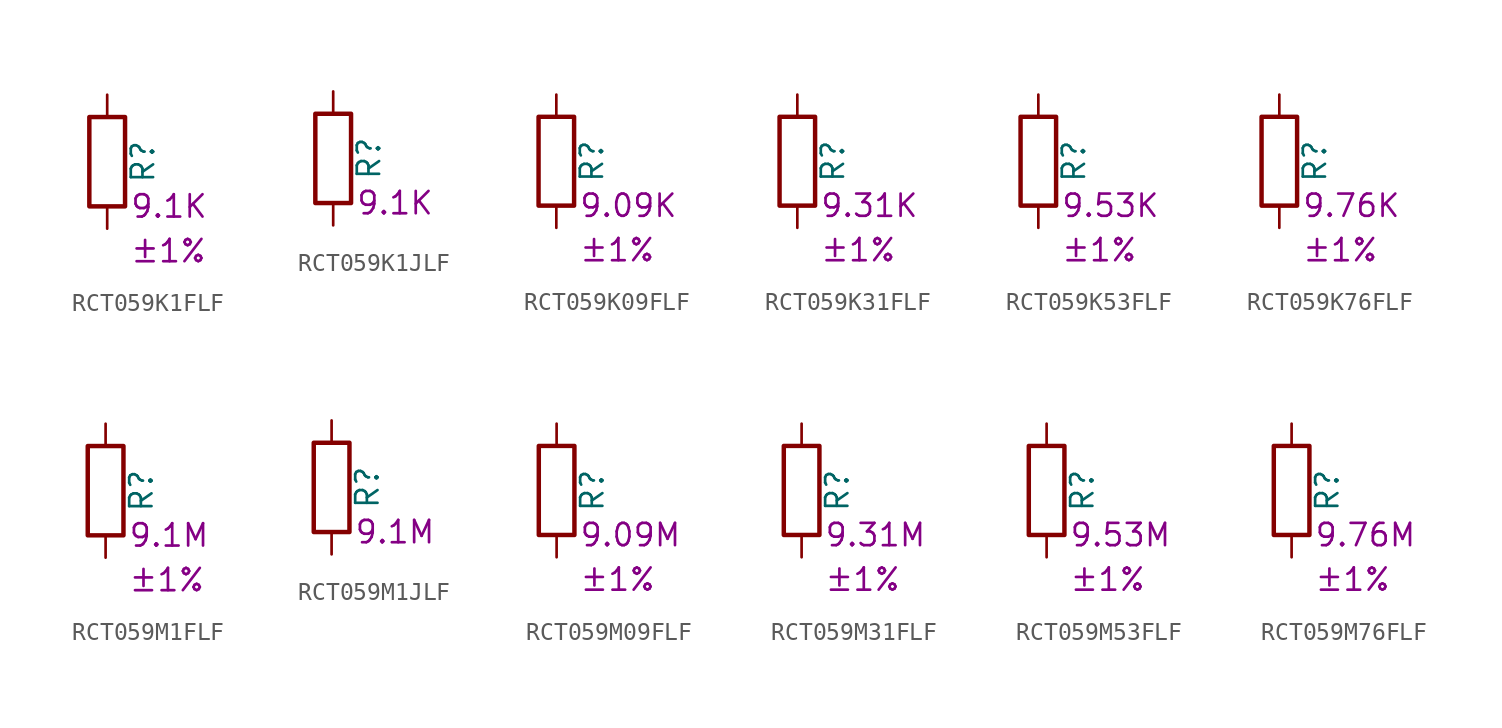
<source format=kicad_sym>
(kicad_symbol_lib
  (version 20220914)
  (generator kicad_symbol_editor)
  (symbol "RCT059K1FLF"
    (pin_numbers hide)
    (pin_names
      (offset 0))
    (property "Reference" "R"
      (at 2.032 0 90)
      (effects (font (size 1.27 1.27))))
    (property "Resistance" "9.1K"
      (at 1.27 -2.54 0)
      (effects (font (size 1.27 1.27)) (justify left)))
    (property "Tolerance" "±1%"
      (at 1.27 -5.08 0)
      (effects (font (size 1.27 1.27)) (justify left)))
    (symbol "RCT059K1FLF_0_1"
      (rectangle (start -1.016 -2.54) (end 1.016 2.54) (stroke (width 0.254) (type default)) (fill (type none))))
    (symbol "RCT059K1FLF_1_1"
      (pin passive line (at 0 3.81 270) (length 1.27) (name "~" (effects (font (size 1.27 1.27)))) (number "1" (effects (font (size 1.27 1.27)))))
      (pin passive line (at 0 -3.81 90) (length 1.27) (name "~" (effects (font (size 1.27 1.27)))) (number "2" (effects (font (size 1.27 1.27)))))))
  (symbol "RCT059K1JLF"
    (pin_numbers hide)
    (pin_names
      (offset 0))
    (property "Reference" "R"
      (at 2.032 0 90)
      (effects (font (size 1.27 1.27))))
    (property "Resistance" "9.1K"
      (at 1.27 -2.54 0)
      (effects (font (size 1.27 1.27)) (justify left)))
    (symbol "RCT059K1JLF_0_1"
      (rectangle (start -1.016 -2.54) (end 1.016 2.54) (stroke (width 0.254) (type default)) (fill (type none))))
    (symbol "RCT059K1JLF_1_1"
      (pin passive line (at 0 3.81 270) (length 1.27) (name "~" (effects (font (size 1.27 1.27)))) (number "1" (effects (font (size 1.27 1.27)))))
      (pin passive line (at 0 -3.81 90) (length 1.27) (name "~" (effects (font (size 1.27 1.27)))) (number "2" (effects (font (size 1.27 1.27)))))))
  (symbol "RCT059K09FLF"
    (pin_numbers hide)
    (pin_names
      (offset 0))
    (property "Reference" "R"
      (at 2.032 0 90)
      (effects (font (size 1.27 1.27))))
    (property "Resistance" "9.09K"
      (at 1.27 -2.54 0)
      (effects (font (size 1.27 1.27)) (justify left)))
    (property "Tolerance" "±1%"
      (at 1.27 -5.08 0)
      (effects (font (size 1.27 1.27)) (justify left)))
    (symbol "RCT059K09FLF_0_1"
      (rectangle (start -1.016 -2.54) (end 1.016 2.54) (stroke (width 0.254) (type default)) (fill (type none))))
    (symbol "RCT059K09FLF_1_1"
      (pin passive line (at 0 3.81 270) (length 1.27) (name "~" (effects (font (size 1.27 1.27)))) (number "1" (effects (font (size 1.27 1.27)))))
      (pin passive line (at 0 -3.81 90) (length 1.27) (name "~" (effects (font (size 1.27 1.27)))) (number "2" (effects (font (size 1.27 1.27)))))))
  (symbol "RCT059K31FLF"
    (pin_numbers hide)
    (pin_names
      (offset 0))
    (property "Reference" "R"
      (at 2.032 0 90)
      (effects (font (size 1.27 1.27))))
    (property "Resistance" "9.31K"
      (at 1.27 -2.54 0)
      (effects (font (size 1.27 1.27)) (justify left)))
    (property "Tolerance" "±1%"
      (at 1.27 -5.08 0)
      (effects (font (size 1.27 1.27)) (justify left)))
    (symbol "RCT059K31FLF_0_1"
      (rectangle (start -1.016 -2.54) (end 1.016 2.54) (stroke (width 0.254) (type default)) (fill (type none))))
    (symbol "RCT059K31FLF_1_1"
      (pin passive line (at 0 3.81 270) (length 1.27) (name "~" (effects (font (size 1.27 1.27)))) (number "1" (effects (font (size 1.27 1.27)))))
      (pin passive line (at 0 -3.81 90) (length 1.27) (name "~" (effects (font (size 1.27 1.27)))) (number "2" (effects (font (size 1.27 1.27)))))))
  (symbol "RCT059K53FLF"
    (pin_numbers hide)
    (pin_names
      (offset 0))
    (property "Reference" "R"
      (at 2.032 0 90)
      (effects (font (size 1.27 1.27))))
    (property "Resistance" "9.53K"
      (at 1.27 -2.54 0)
      (effects (font (size 1.27 1.27)) (justify left)))
    (property "Tolerance" "±1%"
      (at 1.27 -5.08 0)
      (effects (font (size 1.27 1.27)) (justify left)))
    (symbol "RCT059K53FLF_0_1"
      (rectangle (start -1.016 -2.54) (end 1.016 2.54) (stroke (width 0.254) (type default)) (fill (type none))))
    (symbol "RCT059K53FLF_1_1"
      (pin passive line (at 0 3.81 270) (length 1.27) (name "~" (effects (font (size 1.27 1.27)))) (number "1" (effects (font (size 1.27 1.27)))))
      (pin passive line (at 0 -3.81 90) (length 1.27) (name "~" (effects (font (size 1.27 1.27)))) (number "2" (effects (font (size 1.27 1.27)))))))
  (symbol "RCT059K76FLF"
    (pin_numbers hide)
    (pin_names
      (offset 0))
    (property "Reference" "R"
      (at 2.032 0 90)
      (effects (font (size 1.27 1.27))))
    (property "Resistance" "9.76K"
      (at 1.27 -2.54 0)
      (effects (font (size 1.27 1.27)) (justify left)))
    (property "Tolerance" "±1%"
      (at 1.27 -5.08 0)
      (effects (font (size 1.27 1.27)) (justify left)))
    (symbol "RCT059K76FLF_0_1"
      (rectangle (start -1.016 -2.54) (end 1.016 2.54) (stroke (width 0.254) (type default)) (fill (type none))))
    (symbol "RCT059K76FLF_1_1"
      (pin passive line (at 0 3.81 270) (length 1.27) (name "~" (effects (font (size 1.27 1.27)))) (number "1" (effects (font (size 1.27 1.27)))))
      (pin passive line (at 0 -3.81 90) (length 1.27) (name "~" (effects (font (size 1.27 1.27)))) (number "2" (effects (font (size 1.27 1.27)))))))
  (symbol "RCT059M1FLF"
    (pin_numbers hide)
    (pin_names
      (offset 0))
    (property "Reference" "R"
      (at 2.032 0 90)
      (effects (font (size 1.27 1.27))))
    (property "Resistance" "9.1M"
      (at 1.27 -2.54 0)
      (effects (font (size 1.27 1.27)) (justify left)))
    (property "Tolerance" "±1%"
      (at 1.27 -5.08 0)
      (effects (font (size 1.27 1.27)) (justify left)))
    (symbol "RCT059M1FLF_0_1"
      (rectangle (start -1.016 -2.54) (end 1.016 2.54) (stroke (width 0.254) (type default)) (fill (type none))))
    (symbol "RCT059M1FLF_1_1"
      (pin passive line (at 0 3.81 270) (length 1.27) (name "~" (effects (font (size 1.27 1.27)))) (number "1" (effects (font (size 1.27 1.27)))))
      (pin passive line (at 0 -3.81 90) (length 1.27) (name "~" (effects (font (size 1.27 1.27)))) (number "2" (effects (font (size 1.27 1.27)))))))
  (symbol "RCT059M1JLF"
    (pin_numbers hide)
    (pin_names
      (offset 0))
    (property "Reference" "R"
      (at 2.032 0 90)
      (effects (font (size 1.27 1.27))))
    (property "Resistance" "9.1M"
      (at 1.27 -2.54 0)
      (effects (font (size 1.27 1.27)) (justify left)))
    (symbol "RCT059M1JLF_0_1"
      (rectangle (start -1.016 -2.54) (end 1.016 2.54) (stroke (width 0.254) (type default)) (fill (type none))))
    (symbol "RCT059M1JLF_1_1"
      (pin passive line (at 0 3.81 270) (length 1.27) (name "~" (effects (font (size 1.27 1.27)))) (number "1" (effects (font (size 1.27 1.27)))))
      (pin passive line (at 0 -3.81 90) (length 1.27) (name "~" (effects (font (size 1.27 1.27)))) (number "2" (effects (font (size 1.27 1.27)))))))
  (symbol "RCT059M09FLF"
    (pin_numbers hide)
    (pin_names
      (offset 0))
    (property "Reference" "R"
      (at 2.032 0 90)
      (effects (font (size 1.27 1.27))))
    (property "Resistance" "9.09M"
      (at 1.27 -2.54 0)
      (effects (font (size 1.27 1.27)) (justify left)))
    (property "Tolerance" "±1%"
      (at 1.27 -5.08 0)
      (effects (font (size 1.27 1.27)) (justify left)))
    (symbol "RCT059M09FLF_0_1"
      (rectangle (start -1.016 -2.54) (end 1.016 2.54) (stroke (width 0.254) (type default)) (fill (type none))))
    (symbol "RCT059M09FLF_1_1"
      (pin passive line (at 0 3.81 270) (length 1.27) (name "~" (effects (font (size 1.27 1.27)))) (number "1" (effects (font (size 1.27 1.27)))))
      (pin passive line (at 0 -3.81 90) (length 1.27) (name "~" (effects (font (size 1.27 1.27)))) (number "2" (effects (font (size 1.27 1.27)))))))
  (symbol "RCT059M31FLF"
    (pin_numbers hide)
    (pin_names
      (offset 0))
    (property "Reference" "R"
      (at 2.032 0 90)
      (effects (font (size 1.27 1.27))))
    (property "Resistance" "9.31M"
      (at 1.27 -2.54 0)
      (effects (font (size 1.27 1.27)) (justify left)))
    (property "Tolerance" "±1%"
      (at 1.27 -5.08 0)
      (effects (font (size 1.27 1.27)) (justify left)))
    (symbol "RCT059M31FLF_0_1"
      (rectangle (start -1.016 -2.54) (end 1.016 2.54) (stroke (width 0.254) (type default)) (fill (type none))))
    (symbol "RCT059M31FLF_1_1"
      (pin passive line (at 0 3.81 270) (length 1.27) (name "~" (effects (font (size 1.27 1.27)))) (number "1" (effects (font (size 1.27 1.27)))))
      (pin passive line (at 0 -3.81 90) (length 1.27) (name "~" (effects (font (size 1.27 1.27)))) (number "2" (effects (font (size 1.27 1.27)))))))
  (symbol "RCT059M53FLF"
    (pin_numbers hide)
    (pin_names
      (offset 0))
    (property "Reference" "R"
      (at 2.032 0 90)
      (effects (font (size 1.27 1.27))))
    (property "Resistance" "9.53M"
      (at 1.27 -2.54 0)
      (effects (font (size 1.27 1.27)) (justify left)))
    (property "Tolerance" "±1%"
      (at 1.27 -5.08 0)
      (effects (font (size 1.27 1.27)) (justify left)))
    (symbol "RCT059M53FLF_0_1"
      (rectangle (start -1.016 -2.54) (end 1.016 2.54) (stroke (width 0.254) (type default)) (fill (type none))))
    (symbol "RCT059M53FLF_1_1"
      (pin passive line (at 0 3.81 270) (length 1.27) (name "~" (effects (font (size 1.27 1.27)))) (number "1" (effects (font (size 1.27 1.27)))))
      (pin passive line (at 0 -3.81 90) (length 1.27) (name "~" (effects (font (size 1.27 1.27)))) (number "2" (effects (font (size 1.27 1.27)))))))
  (symbol "RCT059M76FLF"
    (pin_numbers hide)
    (pin_names
      (offset 0))
    (property "Reference" "R"
      (at 2.032 0 90)
      (effects (font (size 1.27 1.27))))
    (property "Resistance" "9.76M"
      (at 1.27 -2.54 0)
      (effects (font (size 1.27 1.27)) (justify left)))
    (property "Tolerance" "±1%"
      (at 1.27 -5.08 0)
      (effects (font (size 1.27 1.27)) (justify left)))
    (symbol "RCT059M76FLF_0_1"
      (rectangle (start -1.016 -2.54) (end 1.016 2.54) (stroke (width 0.254) (type default)) (fill (type none))))
    (symbol "RCT059M76FLF_1_1"
      (pin passive line (at 0 3.81 270) (length 1.27) (name "~" (effects (font (size 1.27 1.27)))) (number "1" (effects (font (size 1.27 1.27)))))
      (pin passive line (at 0 -3.81 90) (length 1.27) (name "~" (effects (font (size 1.27 1.27)))) (number "2" (effects (font (size 1.27 1.27))))))))
</source>
